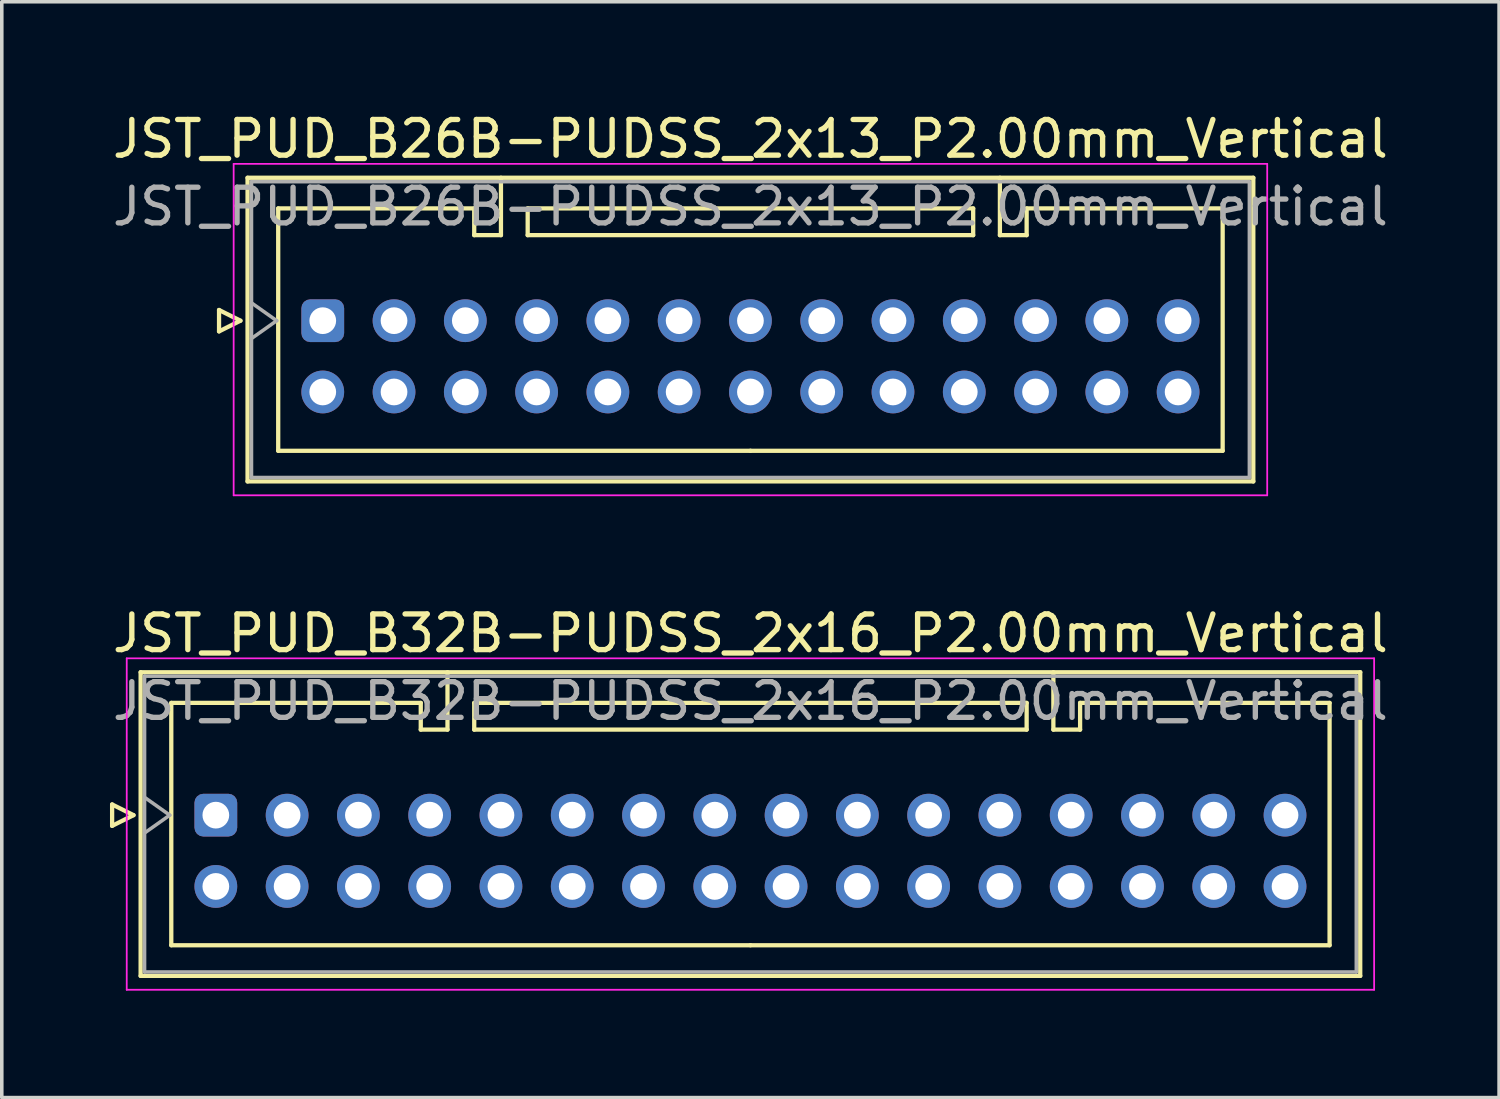
<source format=kicad_pcb>
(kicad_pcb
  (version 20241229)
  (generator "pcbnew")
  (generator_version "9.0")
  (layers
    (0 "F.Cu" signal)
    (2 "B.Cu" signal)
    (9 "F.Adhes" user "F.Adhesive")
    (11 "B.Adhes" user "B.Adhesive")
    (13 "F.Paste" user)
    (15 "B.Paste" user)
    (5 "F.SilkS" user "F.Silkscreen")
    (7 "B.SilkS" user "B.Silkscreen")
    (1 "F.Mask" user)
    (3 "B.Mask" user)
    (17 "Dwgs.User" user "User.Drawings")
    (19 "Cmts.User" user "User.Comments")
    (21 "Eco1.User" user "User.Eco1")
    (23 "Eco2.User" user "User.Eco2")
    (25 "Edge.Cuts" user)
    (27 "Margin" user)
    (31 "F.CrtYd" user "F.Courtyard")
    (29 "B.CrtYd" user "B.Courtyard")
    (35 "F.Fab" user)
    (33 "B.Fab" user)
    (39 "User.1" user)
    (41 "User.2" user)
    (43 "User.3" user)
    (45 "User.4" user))
  (footprint "JST_PUD_B32B-PUDSS_2x16_P2.00mm_Vertical"
    (layer "F.Cu")
    (at 3.006 19.822)
    (property "Reference" "JST_PUD_B32B-PUDSS_2x16_P2.00mm_Vertical" (at 15 -5.1 0) (layer "F.SilkS") (effects (font (size 1 1) (thickness 0.15))))
    (attr through_hole)
    (fp_line (start -2.91 -0.3) (end -2.31 0) (stroke (width 0.12) (type solid)) (layer "F.SilkS"))
    (fp_line (start -2.91 0.3) (end -2.91 -0.3) (stroke (width 0.12) (type solid)) (layer "F.SilkS"))
    (fp_line (start -2.31 0) (end -2.91 0.3) (stroke (width 0.12) (type solid)) (layer "F.SilkS"))
    (fp_line (start -2.11 -4.01) (end -2.11 4.51) (stroke (width 0.12) (type solid)) (layer "F.SilkS"))
    (fp_line (start -2.11 4.51) (end 32.11 4.51) (stroke (width 0.12) (type solid)) (layer "F.SilkS"))
    (fp_line (start -1.25 -3.15) (end -1.25 3.65) (stroke (width 0.12) (type solid)) (layer "F.SilkS"))
    (fp_line (start -1.25 3.65) (end 15 3.65) (stroke (width 0.12) (type solid)) (layer "F.SilkS"))
    (fp_line (start 5.75 -3.15) (end -1.25 -3.15) (stroke (width 0.12) (type solid)) (layer "F.SilkS"))
    (fp_line (start 5.75 -2.4) (end 5.75 -3.15) (stroke (width 0.12) (type solid)) (layer "F.SilkS"))
    (fp_line (start 6.5 -4.01) (end 6.5 -2.4) (stroke (width 0.12) (type solid)) (layer "F.SilkS"))
    (fp_line (start 6.5 -2.4) (end 5.75 -2.4) (stroke (width 0.12) (type solid)) (layer "F.SilkS"))
    (fp_line (start 7.25 -3.15) (end 7.25 -2.4) (stroke (width 0.12) (type solid)) (layer "F.SilkS"))
    (fp_line (start 7.25 -2.4) (end 22.75 -2.4) (stroke (width 0.12) (type solid)) (layer "F.SilkS"))
    (fp_line (start 22.75 -3.15) (end 7.25 -3.15) (stroke (width 0.12) (type solid)) (layer "F.SilkS"))
    (fp_line (start 22.75 -2.4) (end 22.75 -3.15) (stroke (width 0.12) (type solid)) (layer "F.SilkS"))
    (fp_line (start 23.5 -4.01) (end 23.5 -2.4) (stroke (width 0.12) (type solid)) (layer "F.SilkS"))
    (fp_line (start 23.5 -2.4) (end 24.25 -2.4) (stroke (width 0.12) (type solid)) (layer "F.SilkS"))
    (fp_line (start 24.25 -3.15) (end 31.25 -3.15) (stroke (width 0.12) (type solid)) (layer "F.SilkS"))
    (fp_line (start 24.25 -2.4) (end 24.25 -3.15) (stroke (width 0.12) (type solid)) (layer "F.SilkS"))
    (fp_line (start 31.25 -3.15) (end 31.25 3.65) (stroke (width 0.12) (type solid)) (layer "F.SilkS"))
    (fp_line (start 31.25 3.65) (end 15 3.65) (stroke (width 0.12) (type solid)) (layer "F.SilkS"))
    (fp_line (start 32.11 -4.01) (end -2.11 -4.01) (stroke (width 0.12) (type solid)) (layer "F.SilkS"))
    (fp_line (start 32.11 4.51) (end 32.11 -4.01) (stroke (width 0.12) (type solid)) (layer "F.SilkS"))
    (fp_line (start -2.5 -4.4) (end -2.5 4.9) (stroke (width 0.05) (type solid)) (layer "F.CrtYd"))
    (fp_line (start -2.5 4.9) (end 32.5 4.9) (stroke (width 0.05) (type solid)) (layer "F.CrtYd"))
    (fp_line (start 32.5 -4.4) (end -2.5 -4.4) (stroke (width 0.05) (type solid)) (layer "F.CrtYd"))
    (fp_line (start 32.5 4.9) (end 32.5 -4.4) (stroke (width 0.05) (type solid)) (layer "F.CrtYd"))
    (fp_line (start -2 -3.9) (end -2 4.4) (stroke (width 0.1) (type solid)) (layer "F.Fab"))
    (fp_line (start -2 0.5) (end -1.293 0) (stroke (width 0.1) (type solid)) (layer "F.Fab"))
    (fp_line (start -2 4.4) (end 32 4.4) (stroke (width 0.1) (type solid)) (layer "F.Fab"))
    (fp_line (start -1.293 0) (end -2 -0.5) (stroke (width 0.1) (type solid)) (layer "F.Fab"))
    (fp_line (start 32 -3.9) (end -2 -3.9) (stroke (width 0.1) (type solid)) (layer "F.Fab"))
    (fp_line (start 32 4.4) (end 32 -3.9) (stroke (width 0.1) (type solid)) (layer "F.Fab"))
    (fp_text user "${REFERENCE}" (at 15 -3.2 0) (layer "F.Fab") (effects (font (size 1 1) (thickness 0.15))))
    (pad "1" thru_hole roundrect (at 0 0) (size 1.2 1.2) (drill 0.75) (layers "*.Cu" "*.Mask") (roundrect_rratio 0.208))
    (pad "2" thru_hole circle (at 0 2) (size 1.2 1.2) (drill 0.75) (layers "*.Cu" "*.Mask"))
    (pad "3" thru_hole circle (at 2 0) (size 1.2 1.2) (drill 0.75) (layers "*.Cu" "*.Mask"))
    (pad "4" thru_hole circle (at 2 2) (size 1.2 1.2) (drill 0.75) (layers "*.Cu" "*.Mask"))
    (pad "5" thru_hole circle (at 4 0) (size 1.2 1.2) (drill 0.75) (layers "*.Cu" "*.Mask"))
    (pad "6" thru_hole circle (at 4 2) (size 1.2 1.2) (drill 0.75) (layers "*.Cu" "*.Mask"))
    (pad "7" thru_hole circle (at 6 0) (size 1.2 1.2) (drill 0.75) (layers "*.Cu" "*.Mask"))
    (pad "8" thru_hole circle (at 6 2) (size 1.2 1.2) (drill 0.75) (layers "*.Cu" "*.Mask"))
    (pad "9" thru_hole circle (at 8 0) (size 1.2 1.2) (drill 0.75) (layers "*.Cu" "*.Mask"))
    (pad "10" thru_hole circle (at 8 2) (size 1.2 1.2) (drill 0.75) (layers "*.Cu" "*.Mask"))
    (pad "11" thru_hole circle (at 10 0) (size 1.2 1.2) (drill 0.75) (layers "*.Cu" "*.Mask"))
    (pad "12" thru_hole circle (at 10 2) (size 1.2 1.2) (drill 0.75) (layers "*.Cu" "*.Mask"))
    (pad "13" thru_hole circle (at 12 0) (size 1.2 1.2) (drill 0.75) (layers "*.Cu" "*.Mask"))
    (pad "14" thru_hole circle (at 12 2) (size 1.2 1.2) (drill 0.75) (layers "*.Cu" "*.Mask"))
    (pad "15" thru_hole circle (at 14 0) (size 1.2 1.2) (drill 0.75) (layers "*.Cu" "*.Mask"))
    (pad "16" thru_hole circle (at 14 2) (size 1.2 1.2) (drill 0.75) (layers "*.Cu" "*.Mask"))
    (pad "17" thru_hole circle (at 16 0) (size 1.2 1.2) (drill 0.75) (layers "*.Cu" "*.Mask"))
    (pad "18" thru_hole circle (at 16 2) (size 1.2 1.2) (drill 0.75) (layers "*.Cu" "*.Mask"))
    (pad "19" thru_hole circle (at 18 0) (size 1.2 1.2) (drill 0.75) (layers "*.Cu" "*.Mask"))
    (pad "20" thru_hole circle (at 18 2) (size 1.2 1.2) (drill 0.75) (layers "*.Cu" "*.Mask"))
    (pad "21" thru_hole circle (at 20 0) (size 1.2 1.2) (drill 0.75) (layers "*.Cu" "*.Mask"))
    (pad "22" thru_hole circle (at 20 2) (size 1.2 1.2) (drill 0.75) (layers "*.Cu" "*.Mask"))
    (pad "23" thru_hole circle (at 22 0) (size 1.2 1.2) (drill 0.75) (layers "*.Cu" "*.Mask"))
    (pad "24" thru_hole circle (at 22 2) (size 1.2 1.2) (drill 0.75) (layers "*.Cu" "*.Mask"))
    (pad "25" thru_hole circle (at 24 0) (size 1.2 1.2) (drill 0.75) (layers "*.Cu" "*.Mask"))
    (pad "26" thru_hole circle (at 24 2) (size 1.2 1.2) (drill 0.75) (layers "*.Cu" "*.Mask"))
    (pad "27" thru_hole circle (at 26 0) (size 1.2 1.2) (drill 0.75) (layers "*.Cu" "*.Mask"))
    (pad "28" thru_hole circle (at 26 2) (size 1.2 1.2) (drill 0.75) (layers "*.Cu" "*.Mask"))
    (pad "29" thru_hole circle (at 28 0) (size 1.2 1.2) (drill 0.75) (layers "*.Cu" "*.Mask"))
    (pad "30" thru_hole circle (at 28 2) (size 1.2 1.2) (drill 0.75) (layers "*.Cu" "*.Mask"))
    (pad "31" thru_hole circle (at 30 0) (size 1.2 1.2) (drill 0.75) (layers "*.Cu" "*.Mask"))
    (pad "32" thru_hole circle (at 30 2) (size 1.2 1.2) (drill 0.75) (layers "*.Cu" "*.Mask")))
  (footprint "JST_PUD_B26B-PUDSS_2x13_P2.00mm_Vertical"
    (layer "F.Cu")
    (at 6.006 5.948)
    (property "Reference" "JST_PUD_B26B-PUDSS_2x13_P2.00mm_Vertical" (at 12 -5.1 0) (layer "F.SilkS") (effects (font (size 1 1) (thickness 0.15))))
    (attr through_hole)
    (fp_line (start -2.91 -0.3) (end -2.31 0) (stroke (width 0.12) (type solid)) (layer "F.SilkS"))
    (fp_line (start -2.91 0.3) (end -2.91 -0.3) (stroke (width 0.12) (type solid)) (layer "F.SilkS"))
    (fp_line (start -2.31 0) (end -2.91 0.3) (stroke (width 0.12) (type solid)) (layer "F.SilkS"))
    (fp_line (start -2.11 -4.01) (end -2.11 4.51) (stroke (width 0.12) (type solid)) (layer "F.SilkS"))
    (fp_line (start -2.11 4.51) (end 26.11 4.51) (stroke (width 0.12) (type solid)) (layer "F.SilkS"))
    (fp_line (start -1.25 -3.15) (end -1.25 3.65) (stroke (width 0.12) (type solid)) (layer "F.SilkS"))
    (fp_line (start -1.25 3.65) (end 12 3.65) (stroke (width 0.12) (type solid)) (layer "F.SilkS"))
    (fp_line (start 4.25 -3.15) (end -1.25 -3.15) (stroke (width 0.12) (type solid)) (layer "F.SilkS"))
    (fp_line (start 4.25 -2.4) (end 4.25 -3.15) (stroke (width 0.12) (type solid)) (layer "F.SilkS"))
    (fp_line (start 5 -4.01) (end 5 -2.4) (stroke (width 0.12) (type solid)) (layer "F.SilkS"))
    (fp_line (start 5 -2.4) (end 4.25 -2.4) (stroke (width 0.12) (type solid)) (layer "F.SilkS"))
    (fp_line (start 5.75 -3.15) (end 5.75 -2.4) (stroke (width 0.12) (type solid)) (layer "F.SilkS"))
    (fp_line (start 5.75 -2.4) (end 18.25 -2.4) (stroke (width 0.12) (type solid)) (layer "F.SilkS"))
    (fp_line (start 18.25 -3.15) (end 5.75 -3.15) (stroke (width 0.12) (type solid)) (layer "F.SilkS"))
    (fp_line (start 18.25 -2.4) (end 18.25 -3.15) (stroke (width 0.12) (type solid)) (layer "F.SilkS"))
    (fp_line (start 19 -4.01) (end 19 -2.4) (stroke (width 0.12) (type solid)) (layer "F.SilkS"))
    (fp_line (start 19 -2.4) (end 19.75 -2.4) (stroke (width 0.12) (type solid)) (layer "F.SilkS"))
    (fp_line (start 19.75 -3.15) (end 25.25 -3.15) (stroke (width 0.12) (type solid)) (layer "F.SilkS"))
    (fp_line (start 19.75 -2.4) (end 19.75 -3.15) (stroke (width 0.12) (type solid)) (layer "F.SilkS"))
    (fp_line (start 25.25 -3.15) (end 25.25 3.65) (stroke (width 0.12) (type solid)) (layer "F.SilkS"))
    (fp_line (start 25.25 3.65) (end 12 3.65) (stroke (width 0.12) (type solid)) (layer "F.SilkS"))
    (fp_line (start 26.11 -4.01) (end -2.11 -4.01) (stroke (width 0.12) (type solid)) (layer "F.SilkS"))
    (fp_line (start 26.11 4.51) (end 26.11 -4.01) (stroke (width 0.12) (type solid)) (layer "F.SilkS"))
    (fp_line (start -2.5 -4.4) (end -2.5 4.9) (stroke (width 0.05) (type solid)) (layer "F.CrtYd"))
    (fp_line (start -2.5 4.9) (end 26.5 4.9) (stroke (width 0.05) (type solid)) (layer "F.CrtYd"))
    (fp_line (start 26.5 -4.4) (end -2.5 -4.4) (stroke (width 0.05) (type solid)) (layer "F.CrtYd"))
    (fp_line (start 26.5 4.9) (end 26.5 -4.4) (stroke (width 0.05) (type solid)) (layer "F.CrtYd"))
    (fp_line (start -2 -3.9) (end -2 4.4) (stroke (width 0.1) (type solid)) (layer "F.Fab"))
    (fp_line (start -2 0.5) (end -1.293 0) (stroke (width 0.1) (type solid)) (layer "F.Fab"))
    (fp_line (start -2 4.4) (end 26 4.4) (stroke (width 0.1) (type solid)) (layer "F.Fab"))
    (fp_line (start -1.293 0) (end -2 -0.5) (stroke (width 0.1) (type solid)) (layer "F.Fab"))
    (fp_line (start 26 -3.9) (end -2 -3.9) (stroke (width 0.1) (type solid)) (layer "F.Fab"))
    (fp_line (start 26 4.4) (end 26 -3.9) (stroke (width 0.1) (type solid)) (layer "F.Fab"))
    (fp_text user "${REFERENCE}" (at 12 -3.2 0) (layer "F.Fab") (effects (font (size 1 1) (thickness 0.15))))
    (pad "1" thru_hole roundrect (at 0 0) (size 1.2 1.2) (drill 0.75) (layers "*.Cu" "*.Mask") (roundrect_rratio 0.208))
    (pad "2" thru_hole circle (at 0 2) (size 1.2 1.2) (drill 0.75) (layers "*.Cu" "*.Mask"))
    (pad "3" thru_hole circle (at 2 0) (size 1.2 1.2) (drill 0.75) (layers "*.Cu" "*.Mask"))
    (pad "4" thru_hole circle (at 2 2) (size 1.2 1.2) (drill 0.75) (layers "*.Cu" "*.Mask"))
    (pad "5" thru_hole circle (at 4 0) (size 1.2 1.2) (drill 0.75) (layers "*.Cu" "*.Mask"))
    (pad "6" thru_hole circle (at 4 2) (size 1.2 1.2) (drill 0.75) (layers "*.Cu" "*.Mask"))
    (pad "7" thru_hole circle (at 6 0) (size 1.2 1.2) (drill 0.75) (layers "*.Cu" "*.Mask"))
    (pad "8" thru_hole circle (at 6 2) (size 1.2 1.2) (drill 0.75) (layers "*.Cu" "*.Mask"))
    (pad "9" thru_hole circle (at 8 0) (size 1.2 1.2) (drill 0.75) (layers "*.Cu" "*.Mask"))
    (pad "10" thru_hole circle (at 8 2) (size 1.2 1.2) (drill 0.75) (layers "*.Cu" "*.Mask"))
    (pad "11" thru_hole circle (at 10 0) (size 1.2 1.2) (drill 0.75) (layers "*.Cu" "*.Mask"))
    (pad "12" thru_hole circle (at 10 2) (size 1.2 1.2) (drill 0.75) (layers "*.Cu" "*.Mask"))
    (pad "13" thru_hole circle (at 12 0) (size 1.2 1.2) (drill 0.75) (layers "*.Cu" "*.Mask"))
    (pad "14" thru_hole circle (at 12 2) (size 1.2 1.2) (drill 0.75) (layers "*.Cu" "*.Mask"))
    (pad "15" thru_hole circle (at 14 0) (size 1.2 1.2) (drill 0.75) (layers "*.Cu" "*.Mask"))
    (pad "16" thru_hole circle (at 14 2) (size 1.2 1.2) (drill 0.75) (layers "*.Cu" "*.Mask"))
    (pad "17" thru_hole circle (at 16 0) (size 1.2 1.2) (drill 0.75) (layers "*.Cu" "*.Mask"))
    (pad "18" thru_hole circle (at 16 2) (size 1.2 1.2) (drill 0.75) (layers "*.Cu" "*.Mask"))
    (pad "19" thru_hole circle (at 18 0) (size 1.2 1.2) (drill 0.75) (layers "*.Cu" "*.Mask"))
    (pad "20" thru_hole circle (at 18 2) (size 1.2 1.2) (drill 0.75) (layers "*.Cu" "*.Mask"))
    (pad "21" thru_hole circle (at 20 0) (size 1.2 1.2) (drill 0.75) (layers "*.Cu" "*.Mask"))
    (pad "22" thru_hole circle (at 20 2) (size 1.2 1.2) (drill 0.75) (layers "*.Cu" "*.Mask"))
    (pad "23" thru_hole circle (at 22 0) (size 1.2 1.2) (drill 0.75) (layers "*.Cu" "*.Mask"))
    (pad "24" thru_hole circle (at 22 2) (size 1.2 1.2) (drill 0.75) (layers "*.Cu" "*.Mask"))
    (pad "25" thru_hole circle (at 24 0) (size 1.2 1.2) (drill 0.75) (layers "*.Cu" "*.Mask"))
    (pad "26" thru_hole circle (at 24 2) (size 1.2 1.2) (drill 0.75) (layers "*.Cu" "*.Mask")))
  (gr_rect
    (start -3 -3)
    (end 39.012 27.747)
    (stroke (width 0.1) (type default))
    (fill no)
    (layer "Edge.Cuts")))
</source>
